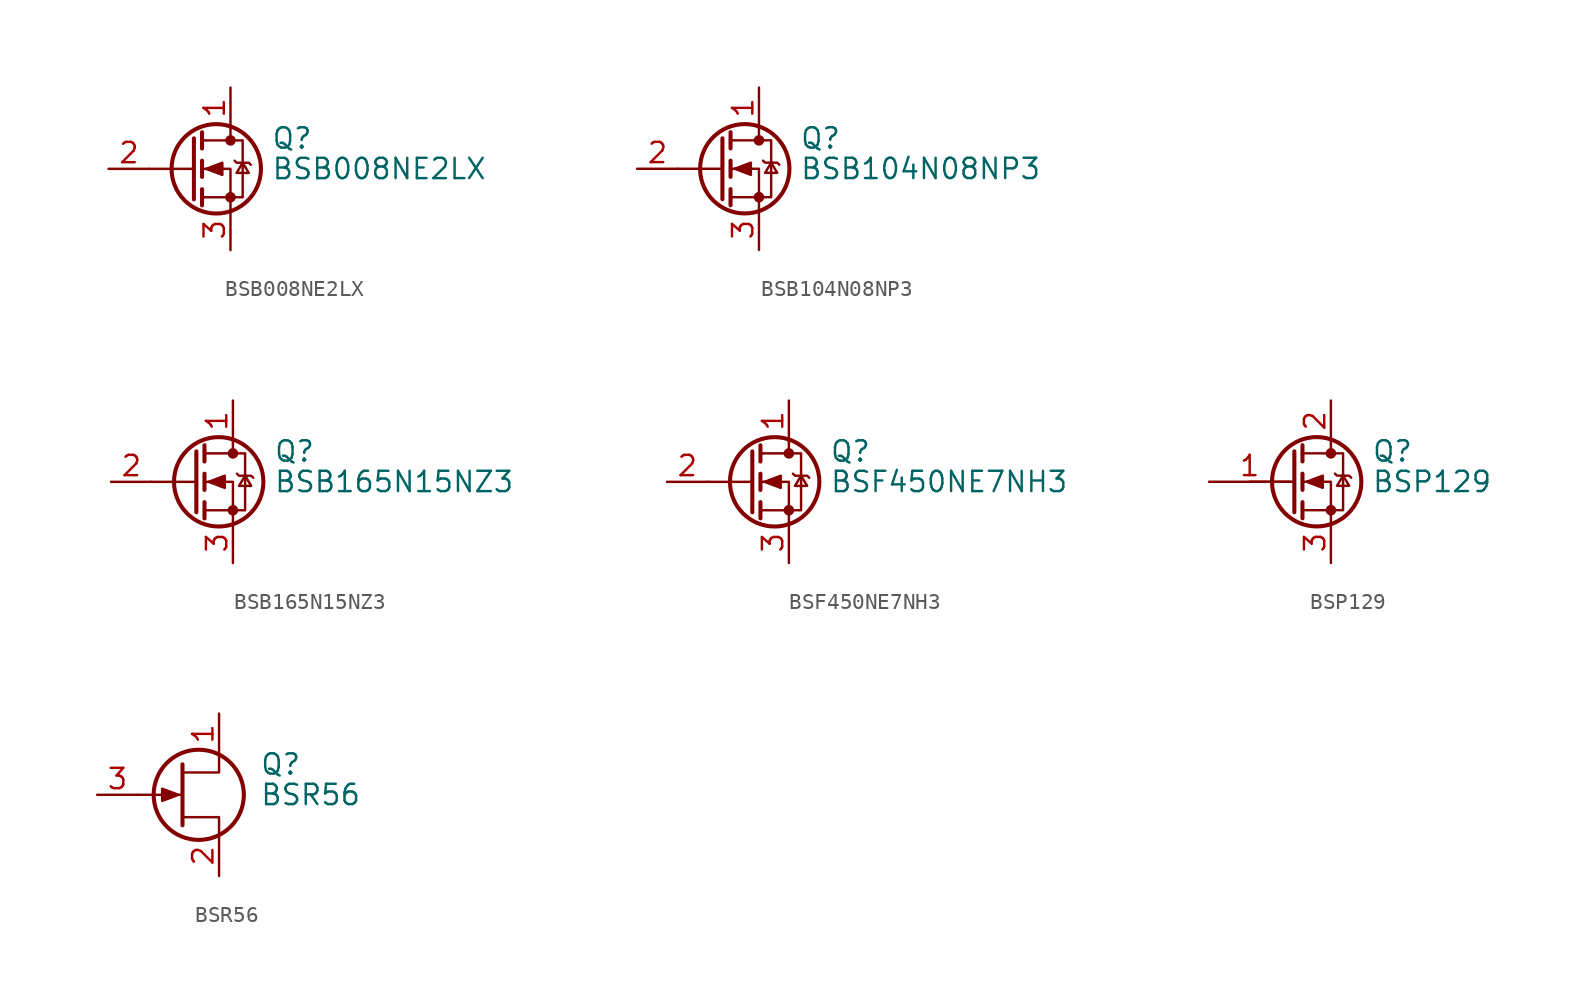
<source format=kicad_sym>
(kicad_symbol_lib
  (version 20210619)
  (generator kicad_symbol_editor)
  (symbol "Transistor_FET:BSB008NE2LX"
    (pin_names hide)
    (property "Reference" "Q"
      (at 5.08 1.905 0)
      (effects (font (size 1.27 1.27)) (justify left)))
    (property "Value" "BSB008NE2LX"
      (at 5.08 0 0)
      (effects (font (size 1.27 1.27)) (justify left)))
    (symbol "BSB008NE2LX_0_1"
      (circle (center 1.651 0) (radius 2.794) (stroke (width 0.254)) (fill (type none)))
      (circle (center 2.54 -1.778) (radius 0.254) (stroke (width 0)) (fill (type outline)))
      (circle (center 2.54 1.778) (radius 0.254) (stroke (width 0)) (fill (type outline)))
      (polyline (pts (xy 0.254 0) (xy -2.54 0)) (stroke (width 0)) (fill (type none)))
      (polyline (pts (xy 0.254 1.905) (xy 0.254 -1.905)) (stroke (width 0.254)) (fill (type none)))
      (polyline (pts (xy 0.762 -1.27) (xy 0.762 -2.286)) (stroke (width 0.254)) (fill (type none)))
      (polyline (pts (xy 0.762 0.508) (xy 0.762 -0.508)) (stroke (width 0.254)) (fill (type none)))
      (polyline (pts (xy 0.762 2.286) (xy 0.762 1.27)) (stroke (width 0.254)) (fill (type none)))
      (polyline (pts (xy 2.54 2.54) (xy 2.54 1.778)) (stroke (width 0)) (fill (type none)))
      (polyline (pts (xy 2.54 -2.54) (xy 2.54 0) (xy 0.762 0)) (stroke (width 0)) (fill (type none)))
      (polyline (pts (xy 0.762 -1.778) (xy 3.302 -1.778) (xy 3.302 1.778) (xy 0.762 1.778)) (stroke (width 0)) (fill (type none)))
      (polyline (pts (xy 2.794 0.508) (xy 2.921 0.381) (xy 3.683 0.381) (xy 3.81 0.254)) (stroke (width 0)) (fill (type none)))
      (polyline (pts (xy 3.302 0.381) (xy 2.921 -0.254) (xy 3.683 -0.254) (xy 3.302 0.381)) (stroke (width 0)) (fill (type none)))
      (polyline (pts (xy 1.016 0) (xy 2.032 0.381) (xy 2.032 -0.381) (xy 1.016 0)) (stroke (width 0)) (fill (type outline))))
    (symbol "BSB008NE2LX_1_1"
      (pin passive line (at 2.54 5.08 270) (length 2.54) (name "D" (effects (font (size 1.27 1.27)))) (number "1" (effects (font (size 1.27 1.27)))))
      (pin input line (at -5.08 0 0) (length 2.54) (name "G" (effects (font (size 1.27 1.27)))) (number "2" (effects (font (size 1.27 1.27)))))
      (pin passive line (at 2.54 -5.08 90) (length 2.54) (name "S" (effects (font (size 1.27 1.27)))) (number "3" (effects (font (size 1.27 1.27)))))))
  (symbol "Transistor_FET:BSB104N08NP3"
    (pin_names hide)
    (property "Reference" "Q"
      (at 5.08 1.905 0)
      (effects (font (size 1.27 1.27)) (justify left)))
    (property "Value" "BSB104N08NP3"
      (at 5.08 0 0)
      (effects (font (size 1.27 1.27)) (justify left)))
    (symbol "BSB104N08NP3_0_1"
      (circle (center 1.651 0) (radius 2.794) (stroke (width 0.254)) (fill (type none)))
      (circle (center 2.54 -1.778) (radius 0.254) (stroke (width 0)) (fill (type outline)))
      (circle (center 2.54 1.778) (radius 0.254) (stroke (width 0)) (fill (type outline)))
      (polyline (pts (xy 0.254 0) (xy -2.54 0)) (stroke (width 0)) (fill (type none)))
      (polyline (pts (xy 0.254 1.905) (xy 0.254 -1.905)) (stroke (width 0.254)) (fill (type none)))
      (polyline (pts (xy 0.762 -1.27) (xy 0.762 -2.286)) (stroke (width 0.254)) (fill (type none)))
      (polyline (pts (xy 0.762 0.508) (xy 0.762 -0.508)) (stroke (width 0.254)) (fill (type none)))
      (polyline (pts (xy 0.762 2.286) (xy 0.762 1.27)) (stroke (width 0.254)) (fill (type none)))
      (polyline (pts (xy 2.54 2.54) (xy 2.54 1.778)) (stroke (width 0)) (fill (type none)))
      (polyline (pts (xy 2.54 -2.54) (xy 2.54 0) (xy 0.762 0)) (stroke (width 0)) (fill (type none)))
      (polyline (pts (xy 0.762 -1.778) (xy 3.302 -1.778) (xy 3.302 1.778) (xy 0.762 1.778)) (stroke (width 0)) (fill (type none)))
      (polyline (pts (xy 2.794 0.508) (xy 2.921 0.381) (xy 3.683 0.381) (xy 3.81 0.254)) (stroke (width 0)) (fill (type none)))
      (polyline (pts (xy 3.302 0.381) (xy 2.921 -0.254) (xy 3.683 -0.254) (xy 3.302 0.381)) (stroke (width 0)) (fill (type none)))
      (polyline (pts (xy 1.016 0) (xy 2.032 0.381) (xy 2.032 -0.381) (xy 1.016 0)) (stroke (width 0)) (fill (type outline))))
    (symbol "BSB104N08NP3_1_1"
      (pin passive line (at 2.54 5.08 270) (length 2.54) (name "D" (effects (font (size 1.27 1.27)))) (number "1" (effects (font (size 1.27 1.27)))))
      (pin input line (at -5.08 0 0) (length 2.54) (name "G" (effects (font (size 1.27 1.27)))) (number "2" (effects (font (size 1.27 1.27)))))
      (pin passive line (at 2.54 -5.08 90) (length 2.54) (name "S" (effects (font (size 1.27 1.27)))) (number "3" (effects (font (size 1.27 1.27)))))))
  (symbol "Transistor_FET:BSB165N15NZ3"
    (pin_names hide)
    (property "Reference" "Q"
      (at 5.08 1.905 0)
      (effects (font (size 1.27 1.27)) (justify left)))
    (property "Value" "BSB165N15NZ3"
      (at 5.08 0 0)
      (effects (font (size 1.27 1.27)) (justify left)))
    (symbol "BSB165N15NZ3_0_1"
      (circle (center 1.651 0) (radius 2.794) (stroke (width 0.254)) (fill (type none)))
      (circle (center 2.54 -1.778) (radius 0.254) (stroke (width 0)) (fill (type outline)))
      (circle (center 2.54 1.778) (radius 0.254) (stroke (width 0)) (fill (type outline)))
      (polyline (pts (xy 0.254 0) (xy -2.54 0)) (stroke (width 0)) (fill (type none)))
      (polyline (pts (xy 0.254 1.905) (xy 0.254 -1.905)) (stroke (width 0.254)) (fill (type none)))
      (polyline (pts (xy 0.762 -1.27) (xy 0.762 -2.286)) (stroke (width 0.254)) (fill (type none)))
      (polyline (pts (xy 0.762 0.508) (xy 0.762 -0.508)) (stroke (width 0.254)) (fill (type none)))
      (polyline (pts (xy 0.762 2.286) (xy 0.762 1.27)) (stroke (width 0.254)) (fill (type none)))
      (polyline (pts (xy 2.54 2.54) (xy 2.54 1.778)) (stroke (width 0)) (fill (type none)))
      (polyline (pts (xy 2.54 -2.54) (xy 2.54 0) (xy 0.762 0)) (stroke (width 0)) (fill (type none)))
      (polyline (pts (xy 0.762 -1.778) (xy 3.302 -1.778) (xy 3.302 1.778) (xy 0.762 1.778)) (stroke (width 0)) (fill (type none)))
      (polyline (pts (xy 2.794 0.508) (xy 2.921 0.381) (xy 3.683 0.381) (xy 3.81 0.254)) (stroke (width 0)) (fill (type none)))
      (polyline (pts (xy 3.302 0.381) (xy 2.921 -0.254) (xy 3.683 -0.254) (xy 3.302 0.381)) (stroke (width 0)) (fill (type none)))
      (polyline (pts (xy 1.016 0) (xy 2.032 0.381) (xy 2.032 -0.381) (xy 1.016 0)) (stroke (width 0)) (fill (type outline))))
    (symbol "BSB165N15NZ3_1_1"
      (pin passive line (at 2.54 5.08 270) (length 2.54) (name "D" (effects (font (size 1.27 1.27)))) (number "1" (effects (font (size 1.27 1.27)))))
      (pin input line (at -5.08 0 0) (length 2.54) (name "G" (effects (font (size 1.27 1.27)))) (number "2" (effects (font (size 1.27 1.27)))))
      (pin passive line (at 2.54 -5.08 90) (length 2.54) (name "S" (effects (font (size 1.27 1.27)))) (number "3" (effects (font (size 1.27 1.27)))))))
  (symbol "Transistor_FET:BSF450NE7NH3"
    (pin_names hide)
    (property "Reference" "Q"
      (at 5.08 1.905 0)
      (effects (font (size 1.27 1.27)) (justify left)))
    (property "Value" "BSF450NE7NH3"
      (at 5.08 0 0)
      (effects (font (size 1.27 1.27)) (justify left)))
    (symbol "BSF450NE7NH3_0_1"
      (circle (center 1.651 0) (radius 2.794) (stroke (width 0.254)) (fill (type none)))
      (circle (center 2.54 -1.778) (radius 0.254) (stroke (width 0)) (fill (type outline)))
      (circle (center 2.54 1.778) (radius 0.254) (stroke (width 0)) (fill (type outline)))
      (polyline (pts (xy 0.254 0) (xy -2.54 0)) (stroke (width 0)) (fill (type none)))
      (polyline (pts (xy 0.254 1.905) (xy 0.254 -1.905)) (stroke (width 0.254)) (fill (type none)))
      (polyline (pts (xy 0.762 -1.27) (xy 0.762 -2.286)) (stroke (width 0.254)) (fill (type none)))
      (polyline (pts (xy 0.762 0.508) (xy 0.762 -0.508)) (stroke (width 0.254)) (fill (type none)))
      (polyline (pts (xy 0.762 2.286) (xy 0.762 1.27)) (stroke (width 0.254)) (fill (type none)))
      (polyline (pts (xy 2.54 2.54) (xy 2.54 1.778)) (stroke (width 0)) (fill (type none)))
      (polyline (pts (xy 2.54 -2.54) (xy 2.54 0) (xy 0.762 0)) (stroke (width 0)) (fill (type none)))
      (polyline (pts (xy 0.762 -1.778) (xy 3.302 -1.778) (xy 3.302 1.778) (xy 0.762 1.778)) (stroke (width 0)) (fill (type none)))
      (polyline (pts (xy 2.794 0.508) (xy 2.921 0.381) (xy 3.683 0.381) (xy 3.81 0.254)) (stroke (width 0)) (fill (type none)))
      (polyline (pts (xy 3.302 0.381) (xy 2.921 -0.254) (xy 3.683 -0.254) (xy 3.302 0.381)) (stroke (width 0)) (fill (type none)))
      (polyline (pts (xy 1.016 0) (xy 2.032 0.381) (xy 2.032 -0.381) (xy 1.016 0)) (stroke (width 0)) (fill (type outline))))
    (symbol "BSF450NE7NH3_1_1"
      (pin passive line (at 2.54 5.08 270) (length 2.54) (name "D" (effects (font (size 1.27 1.27)))) (number "1" (effects (font (size 1.27 1.27)))))
      (pin input line (at -5.08 0 0) (length 2.54) (name "G" (effects (font (size 1.27 1.27)))) (number "2" (effects (font (size 1.27 1.27)))))
      (pin passive line (at 2.54 -5.08 90) (length 2.54) (name "S" (effects (font (size 1.27 1.27)))) (number "3" (effects (font (size 1.27 1.27)))))))
  (symbol "Transistor_FET:BSP129"
    (pin_names hide)
    (property "Reference" "Q"
      (at 5.08 1.905 0)
      (effects (font (size 1.27 1.27)) (justify left)))
    (property "Value" "BSP129"
      (at 5.08 0 0)
      (effects (font (size 1.27 1.27)) (justify left)))
    (symbol "BSP129_0_1"
      (circle (center 1.651 0) (radius 2.794) (stroke (width 0.254)) (fill (type none)))
      (circle (center 2.54 -1.778) (radius 0.254) (stroke (width 0)) (fill (type outline)))
      (circle (center 2.54 1.778) (radius 0.254) (stroke (width 0)) (fill (type outline)))
      (polyline (pts (xy 0.254 0) (xy -2.54 0)) (stroke (width 0)) (fill (type none)))
      (polyline (pts (xy 0.254 1.905) (xy 0.254 -1.905)) (stroke (width 0.254)) (fill (type none)))
      (polyline (pts (xy 0.762 -1.27) (xy 0.762 -2.286)) (stroke (width 0.254)) (fill (type none)))
      (polyline (pts (xy 0.762 0.508) (xy 0.762 -0.508)) (stroke (width 0.254)) (fill (type none)))
      (polyline (pts (xy 0.762 2.286) (xy 0.762 1.27)) (stroke (width 0.254)) (fill (type none)))
      (polyline (pts (xy 2.54 2.54) (xy 2.54 1.778)) (stroke (width 0)) (fill (type none)))
      (polyline (pts (xy 2.54 -2.54) (xy 2.54 0) (xy 0.762 0)) (stroke (width 0)) (fill (type none)))
      (polyline (pts (xy 0.762 -1.778) (xy 3.302 -1.778) (xy 3.302 1.778) (xy 0.762 1.778)) (stroke (width 0)) (fill (type none)))
      (polyline (pts (xy 2.794 0.508) (xy 2.921 0.381) (xy 3.683 0.381) (xy 3.81 0.254)) (stroke (width 0)) (fill (type none)))
      (polyline (pts (xy 3.302 0.381) (xy 2.921 -0.254) (xy 3.683 -0.254) (xy 3.302 0.381)) (stroke (width 0)) (fill (type none)))
      (polyline (pts (xy 1.016 0) (xy 2.032 0.381) (xy 2.032 -0.381) (xy 1.016 0)) (stroke (width 0)) (fill (type outline))))
    (symbol "BSP129_1_1"
      (pin input line (at -5.08 0 0) (length 5.08) (name "G" (effects (font (size 1.27 1.27)))) (number "1" (effects (font (size 1.27 1.27)))))
      (pin passive line (at 2.54 5.08 270) (length 2.54) (name "D" (effects (font (size 1.27 1.27)))) (number "2" (effects (font (size 1.27 1.27)))))
      (pin passive line (at 2.54 -5.08 90) (length 2.54) (name "S" (effects (font (size 1.27 1.27)))) (number "3" (effects (font (size 1.27 1.27)))))))
  (symbol "Transistor_FET:BSR56"
    (pin_names hide)
    (property "Reference" "Q"
      (at 5.08 1.905 0)
      (effects (font (size 1.27 1.27)) (justify left)))
    (property "Value" "BSR56"
      (at 5.08 0 0)
      (effects (font (size 1.27 1.27)) (justify left)))
    (symbol "BSR56_0_1"
      (circle (center 1.27 0) (radius 2.819) (stroke (width 0.254)) (fill (type none)))
      (polyline (pts (xy 0.254 0) (xy -2.54 0)) (stroke (width 0)) (fill (type none)))
      (polyline (pts (xy 0.254 1.905) (xy 0.254 -1.905)) (stroke (width 0.254)) (fill (type none)))
      (polyline (pts (xy 2.54 -2.54) (xy 2.54 -1.397) (xy 0.254 -1.397)) (stroke (width 0)) (fill (type none)))
      (polyline (pts (xy 2.54 2.54) (xy 2.54 1.397) (xy 0.254 1.397)) (stroke (width 0)) (fill (type none)))
      (polyline (pts (xy 0 0) (xy -1.016 0.381) (xy -1.016 -0.381) (xy 0 0)) (stroke (width 0)) (fill (type outline))))
    (symbol "BSR56_1_1"
      (pin passive line (at 2.54 5.08 270) (length 2.54) (name "D" (effects (font (size 1.27 1.27)))) (number "1" (effects (font (size 1.27 1.27)))))
      (pin passive line (at 2.54 -5.08 90) (length 2.54) (name "S" (effects (font (size 1.27 1.27)))) (number "2" (effects (font (size 1.27 1.27)))))
      (pin input line (at -5.08 0 0) (length 2.54) (name "G" (effects (font (size 1.27 1.27)))) (number "3" (effects (font (size 1.27 1.27))))))))
</source>
